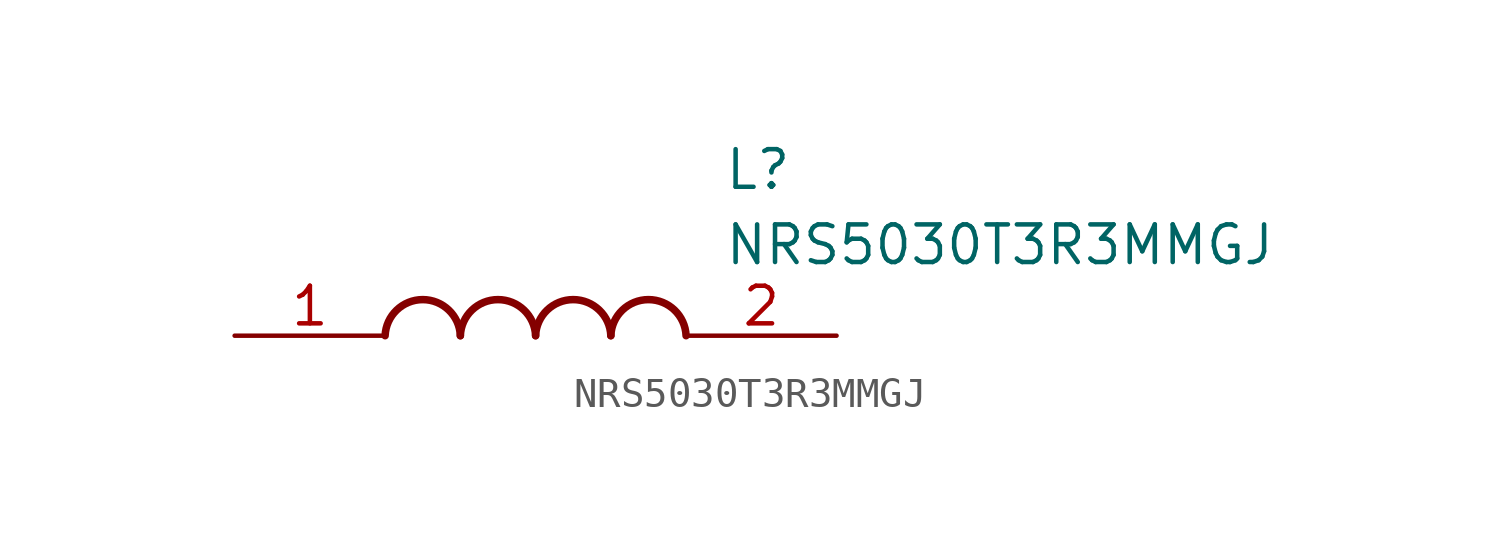
<source format=kicad_sym>
(kicad_symbol_lib
  (version 20211014)
  (generator SamacSys_ECAD_Model)
  (symbol "NRS5030T3R3MMGJ"
    (pin_names hide)
    (property "Reference" "L"
      (at 16.51 6.35 0)
      (effects (font (size 1.27 1.27)) (justify left top)))
    (property "Value" "NRS5030T3R3MMGJ"
      (at 16.51 3.81 0)
      (effects (font (size 1.27 1.27)) (justify left top)))
    (arc
      (start 7.62 0)
      (mid 6.35 1.219)
      (end 5.08 0)
      (stroke (width 0.254) (type default))
      (fill (type none)))
    (arc
      (start 10.16 0)
      (mid 8.89 1.219)
      (end 7.62 0)
      (stroke (width 0.254) (type default))
      (fill (type none)))
    (arc
      (start 12.7 0)
      (mid 11.43 1.219)
      (end 10.16 0)
      (stroke (width 0.254) (type default))
      (fill (type none)))
    (arc
      (start 15.24 0)
      (mid 13.97 1.219)
      (end 12.7 0)
      (stroke (width 0.254) (type default))
      (fill (type none)))
    (pin passive line
      (at 0 0 0)
      (length 5.08)
      (name "1" (effects (font (size 1.27 1.27))))
      (number "1" (effects (font (size 1.27 1.27)))))
    (pin passive line
      (at 20.32 0 180)
      (length 5.08)
      (name "2" (effects (font (size 1.27 1.27))))
      (number "2" (effects (font (size 1.27 1.27)))))))
</source>
